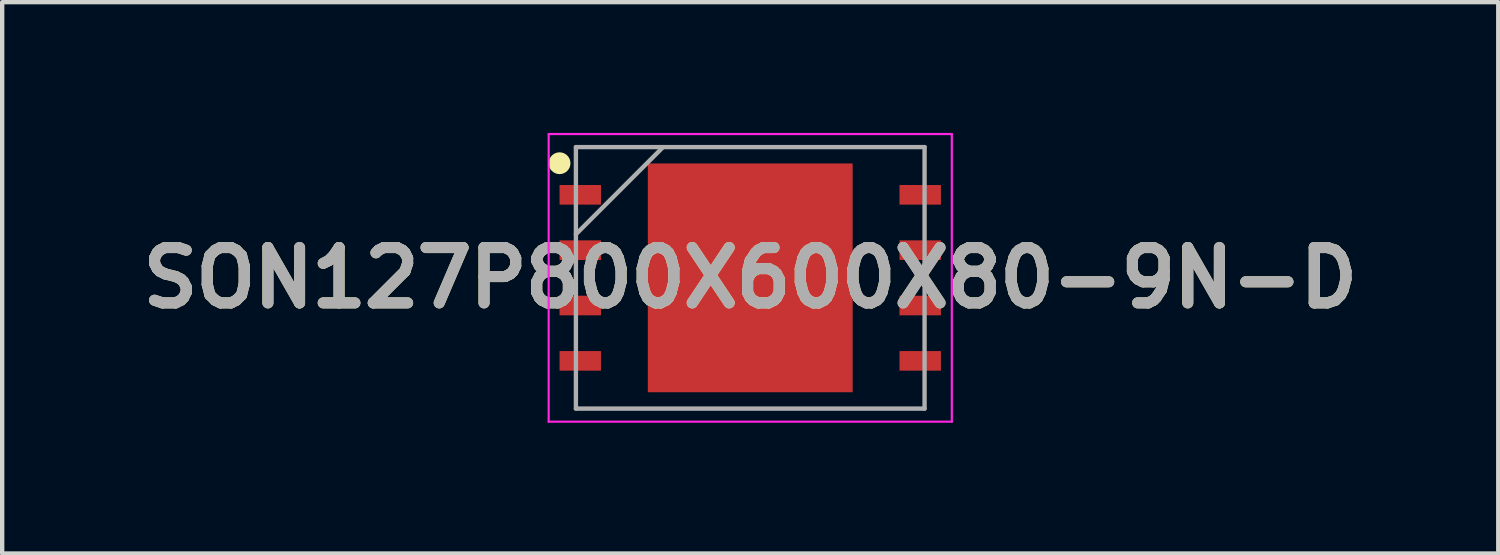
<source format=kicad_pcb>
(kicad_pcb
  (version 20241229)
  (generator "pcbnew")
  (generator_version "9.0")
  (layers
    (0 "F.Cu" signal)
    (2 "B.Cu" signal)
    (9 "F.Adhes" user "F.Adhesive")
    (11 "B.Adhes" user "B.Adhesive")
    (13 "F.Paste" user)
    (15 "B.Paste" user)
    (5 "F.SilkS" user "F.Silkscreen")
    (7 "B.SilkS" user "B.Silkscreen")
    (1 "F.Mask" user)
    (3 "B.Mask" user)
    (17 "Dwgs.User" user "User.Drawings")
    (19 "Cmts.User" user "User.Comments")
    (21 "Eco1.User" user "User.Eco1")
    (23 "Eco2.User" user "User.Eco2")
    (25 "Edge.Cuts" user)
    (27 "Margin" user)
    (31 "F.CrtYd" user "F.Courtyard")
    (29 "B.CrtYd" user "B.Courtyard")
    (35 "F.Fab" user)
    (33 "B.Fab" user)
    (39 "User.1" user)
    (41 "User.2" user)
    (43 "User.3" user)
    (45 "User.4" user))
  (footprint "SON127P800X600X80-9N-D"
    (layer "F.Cu")
    (at 14.164 3.325)
    (property "Reference" "SON127P800X600X80-9N-D" (at 0 0 0) (layer "F.SilkS") (effects (font (size 1.27 1.27) (thickness 0.254))))
    (attr smd)
    (fp_circle (center -4.375 -2.63) (end -4.375 -2.505) (stroke (width 0.25) (type solid)) (fill no) (layer "F.SilkS"))
    (fp_line (start -4.625 -3.3) (end 4.625 -3.3) (stroke (width 0.05) (type solid)) (layer "F.CrtYd"))
    (fp_line (start -4.625 3.3) (end -4.625 -3.3) (stroke (width 0.05) (type solid)) (layer "F.CrtYd"))
    (fp_line (start 4.625 -3.3) (end 4.625 3.3) (stroke (width 0.05) (type solid)) (layer "F.CrtYd"))
    (fp_line (start 4.625 3.3) (end -4.625 3.3) (stroke (width 0.05) (type solid)) (layer "F.CrtYd"))
    (fp_line (start -4 -3) (end 4 -3) (stroke (width 0.1) (type solid)) (layer "F.Fab"))
    (fp_line (start -4 -1) (end -2 -3) (stroke (width 0.1) (type solid)) (layer "F.Fab"))
    (fp_line (start -4 3) (end -4 -3) (stroke (width 0.1) (type solid)) (layer "F.Fab"))
    (fp_line (start 4 -3) (end 4 3) (stroke (width 0.1) (type solid)) (layer "F.Fab"))
    (fp_line (start 4 3) (end -4 3) (stroke (width 0.1) (type solid)) (layer "F.Fab"))
    (fp_text user "${REFERENCE}" (at 0 0 0) (layer "F.Fab") (effects (font (size 1.27 1.27) (thickness 0.254))))
    (pad "1" smd rect (at -3.9 -1.905 90) (size 0.45 0.95) (layers "F.Cu" "F.Mask" "F.Paste"))
    (pad "2" smd rect (at -3.9 -0.635 90) (size 0.45 0.95) (layers "F.Cu" "F.Mask" "F.Paste"))
    (pad "3" smd rect (at -3.9 0.635 90) (size 0.45 0.95) (layers "F.Cu" "F.Mask" "F.Paste"))
    (pad "4" smd rect (at -3.9 1.905 90) (size 0.45 0.95) (layers "F.Cu" "F.Mask" "F.Paste"))
    (pad "5" smd rect (at 3.9 1.905 90) (size 0.45 0.95) (layers "F.Cu" "F.Mask" "F.Paste"))
    (pad "6" smd rect (at 3.9 0.635 90) (size 0.45 0.95) (layers "F.Cu" "F.Mask" "F.Paste"))
    (pad "7" smd rect (at 3.9 -0.635 90) (size 0.45 0.95) (layers "F.Cu" "F.Mask" "F.Paste"))
    (pad "8" smd rect (at 3.9 -1.905 90) (size 0.45 0.95) (layers "F.Cu" "F.Mask" "F.Paste"))
    (pad "9" smd rect (at 0 0) (size 4.7 5.25) (layers "F.Cu" "F.Mask" "F.Paste")))
  (gr_rect
    (start -3 -3)
    (end 31.327 9.65)
    (stroke (width 0.1) (type default))
    (fill no)
    (layer "Edge.Cuts")))
</source>
